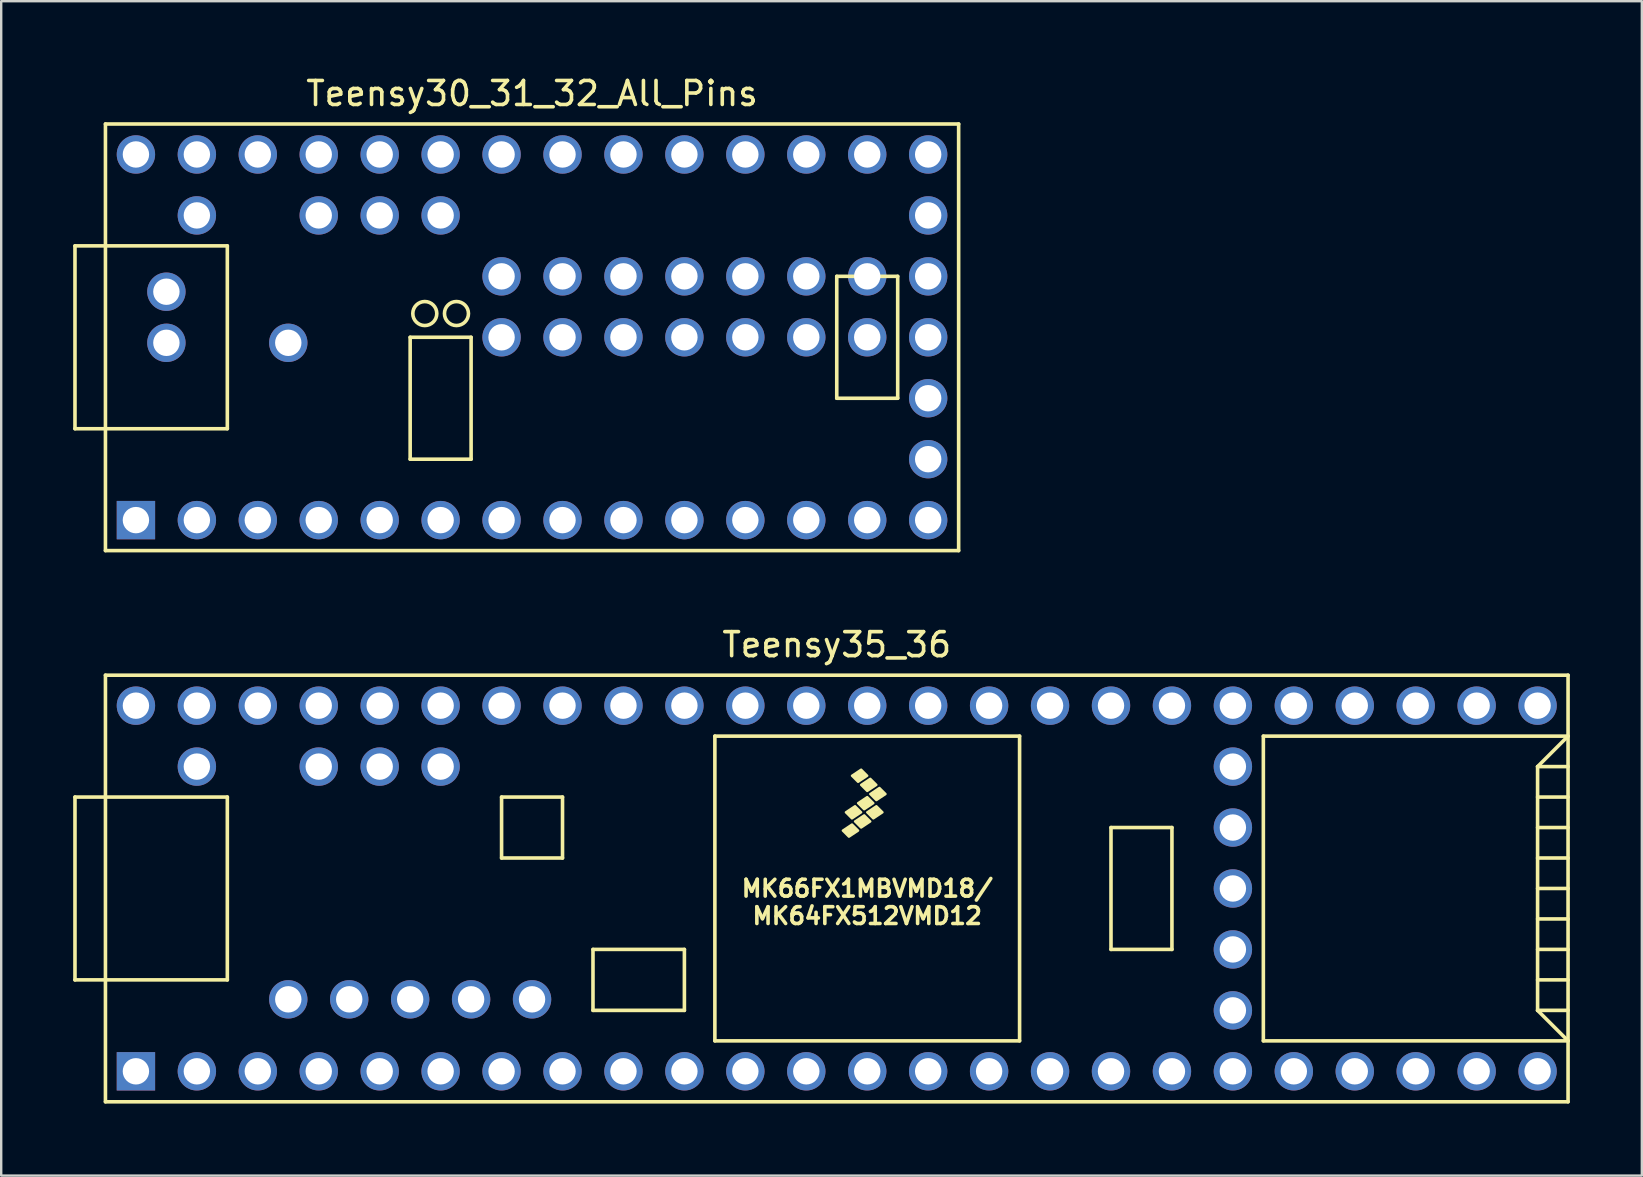
<source format=kicad_pcb>
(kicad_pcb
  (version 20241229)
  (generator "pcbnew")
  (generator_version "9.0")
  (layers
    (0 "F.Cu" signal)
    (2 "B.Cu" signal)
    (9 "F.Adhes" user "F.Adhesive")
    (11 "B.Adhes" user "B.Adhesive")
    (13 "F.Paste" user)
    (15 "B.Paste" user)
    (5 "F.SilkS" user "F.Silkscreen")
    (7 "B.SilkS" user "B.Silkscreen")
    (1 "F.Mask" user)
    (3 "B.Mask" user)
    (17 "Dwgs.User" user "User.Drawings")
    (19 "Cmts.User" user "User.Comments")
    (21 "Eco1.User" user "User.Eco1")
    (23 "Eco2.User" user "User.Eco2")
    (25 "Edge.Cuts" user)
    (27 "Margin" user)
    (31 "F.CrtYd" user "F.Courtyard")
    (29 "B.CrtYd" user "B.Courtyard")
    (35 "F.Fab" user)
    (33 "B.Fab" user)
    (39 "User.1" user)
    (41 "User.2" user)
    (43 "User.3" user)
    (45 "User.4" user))
  (footprint "Teensy35_36"
    (layer "F.Cu")
    (at 31.825 33.981)
    (property "Reference" "Teensy35_36" (at 0 -10.16 0) (layer "F.SilkS") (effects (font (size 1 1) (thickness 0.15))))
    (attr through_hole)
    (fp_line (start -31.75 -3.81) (end -30.48 -3.81) (stroke (width 0.15) (type solid)) (layer "F.SilkS"))
    (fp_line (start -31.75 3.81) (end -31.75 -3.81) (stroke (width 0.15) (type solid)) (layer "F.SilkS"))
    (fp_line (start -30.48 3.81) (end -31.75 3.81) (stroke (width 0.15) (type solid)) (layer "F.SilkS"))
    (fp_line (start -30.48 8.89) (end -30.48 -8.89) (stroke (width 0.15) (type solid)) (layer "F.SilkS"))
    (fp_line (start -30.48 8.89) (end 30.48 8.89) (stroke (width 0.15) (type solid)) (layer "F.SilkS"))
    (fp_line (start -25.4 -3.81) (end -30.48 -3.81) (stroke (width 0.15) (type solid)) (layer "F.SilkS"))
    (fp_line (start -25.4 3.81) (end -30.48 3.81) (stroke (width 0.15) (type solid)) (layer "F.SilkS"))
    (fp_line (start -25.4 3.81) (end -25.4 -3.81) (stroke (width 0.15) (type solid)) (layer "F.SilkS"))
    (fp_line (start -13.97 -3.81) (end -13.97 -1.27) (stroke (width 0.15) (type solid)) (layer "F.SilkS"))
    (fp_line (start -13.97 -1.27) (end -11.43 -1.27) (stroke (width 0.15) (type solid)) (layer "F.SilkS"))
    (fp_line (start -11.43 -3.81) (end -13.97 -3.81) (stroke (width 0.15) (type solid)) (layer "F.SilkS"))
    (fp_line (start -11.43 -1.27) (end -11.43 -3.81) (stroke (width 0.15) (type solid)) (layer "F.SilkS"))
    (fp_line (start -10.16 2.54) (end -6.35 2.54) (stroke (width 0.15) (type solid)) (layer "F.SilkS"))
    (fp_line (start -10.16 5.08) (end -10.16 2.54) (stroke (width 0.15) (type solid)) (layer "F.SilkS"))
    (fp_line (start -6.35 2.54) (end -6.35 5.08) (stroke (width 0.15) (type solid)) (layer "F.SilkS"))
    (fp_line (start -6.35 5.08) (end -10.16 5.08) (stroke (width 0.15) (type solid)) (layer "F.SilkS"))
    (fp_line (start -5.08 -6.35) (end -5.08 6.35) (stroke (width 0.15) (type solid)) (layer "F.SilkS"))
    (fp_line (start -5.08 -6.35) (end 7.62 -6.35) (stroke (width 0.15) (type solid)) (layer "F.SilkS"))
    (fp_line (start -5.08 6.35) (end 7.62 6.35) (stroke (width 0.15) (type solid)) (layer "F.SilkS"))
    (fp_line (start 7.62 6.35) (end 7.62 -6.35) (stroke (width 0.15) (type solid)) (layer "F.SilkS"))
    (fp_line (start 11.43 -2.54) (end 13.97 -2.54) (stroke (width 0.15) (type solid)) (layer "F.SilkS"))
    (fp_line (start 11.43 2.54) (end 11.43 -2.54) (stroke (width 0.15) (type solid)) (layer "F.SilkS"))
    (fp_line (start 13.97 -2.54) (end 13.97 2.54) (stroke (width 0.15) (type solid)) (layer "F.SilkS"))
    (fp_line (start 13.97 2.54) (end 11.43 2.54) (stroke (width 0.15) (type solid)) (layer "F.SilkS"))
    (fp_line (start 17.78 -6.35) (end 17.78 6.35) (stroke (width 0.15) (type solid)) (layer "F.SilkS"))
    (fp_line (start 17.78 6.35) (end 30.48 6.35) (stroke (width 0.15) (type solid)) (layer "F.SilkS"))
    (fp_line (start 29.21 -5.08) (end 30.48 -6.35) (stroke (width 0.15) (type solid)) (layer "F.SilkS"))
    (fp_line (start 29.21 -5.08) (end 30.48 -5.08) (stroke (width 0.15) (type solid)) (layer "F.SilkS"))
    (fp_line (start 29.21 -3.81) (end 30.48 -3.81) (stroke (width 0.15) (type solid)) (layer "F.SilkS"))
    (fp_line (start 29.21 -2.54) (end 30.48 -2.54) (stroke (width 0.15) (type solid)) (layer "F.SilkS"))
    (fp_line (start 29.21 -1.27) (end 30.48 -1.27) (stroke (width 0.15) (type solid)) (layer "F.SilkS"))
    (fp_line (start 29.21 0) (end 30.48 0) (stroke (width 0.15) (type solid)) (layer "F.SilkS"))
    (fp_line (start 29.21 1.27) (end 30.48 1.27) (stroke (width 0.15) (type solid)) (layer "F.SilkS"))
    (fp_line (start 29.21 2.54) (end 30.48 2.54) (stroke (width 0.15) (type solid)) (layer "F.SilkS"))
    (fp_line (start 29.21 3.81) (end 30.48 3.81) (stroke (width 0.15) (type solid)) (layer "F.SilkS"))
    (fp_line (start 29.21 5.08) (end 29.21 -5.08) (stroke (width 0.15) (type solid)) (layer "F.SilkS"))
    (fp_line (start 29.21 5.08) (end 30.48 5.08) (stroke (width 0.15) (type solid)) (layer "F.SilkS"))
    (fp_line (start 30.48 -8.89) (end -30.48 -8.89) (stroke (width 0.15) (type solid)) (layer "F.SilkS"))
    (fp_line (start 30.48 -8.89) (end 30.48 8.89) (stroke (width 0.15) (type solid)) (layer "F.SilkS"))
    (fp_line (start 30.48 -6.35) (end 17.78 -6.35) (stroke (width 0.15) (type solid)) (layer "F.SilkS"))
    (fp_line (start 30.48 6.35) (end 29.21 5.08) (stroke (width 0.15) (type solid)) (layer "F.SilkS"))
    (fp_poly (pts (xy 0.635 -2.667) (xy 0.889 -2.413) (xy 0.508 -2.159) (xy 0.254 -2.413)) (stroke (width 0.1) (type solid)) (fill yes) (layer "F.SilkS"))
    (fp_poly (pts (xy 0.762 -3.429) (xy 1.016 -3.175) (xy 0.635 -2.921) (xy 0.381 -3.175)) (stroke (width 0.1) (type solid)) (fill yes) (layer "F.SilkS"))
    (fp_poly (pts (xy 1.016 -4.953) (xy 1.27 -4.699) (xy 0.889 -4.445) (xy 0.635 -4.699)) (stroke (width 0.1) (type solid)) (fill yes) (layer "F.SilkS"))
    (fp_poly (pts (xy 1.143 -3.048) (xy 1.397 -2.794) (xy 1.016 -2.54) (xy 0.762 -2.794)) (stroke (width 0.1) (type solid)) (fill yes) (layer "F.SilkS"))
    (fp_poly (pts (xy 1.27 -3.81) (xy 1.524 -3.556) (xy 1.143 -3.302) (xy 0.889 -3.556)) (stroke (width 0.1) (type solid)) (fill yes) (layer "F.SilkS"))
    (fp_poly (pts (xy 1.397 -4.572) (xy 1.651 -4.318) (xy 1.27 -4.064) (xy 1.016 -4.318)) (stroke (width 0.1) (type solid)) (fill yes) (layer "F.SilkS"))
    (fp_poly (pts (xy 1.651 -3.429) (xy 1.905 -3.175) (xy 1.524 -2.921) (xy 1.27 -3.175)) (stroke (width 0.1) (type solid)) (fill yes) (layer "F.SilkS"))
    (fp_poly (pts (xy 1.778 -4.191) (xy 2.032 -3.937) (xy 1.651 -3.683) (xy 1.397 -3.937)) (stroke (width 0.1) (type solid)) (fill yes) (layer "F.SilkS"))
    (fp_text user "MK66FX1MBVMD18/" (at 1.27 0 0) (layer "F.SilkS") (effects (font (size 0.7 0.7) (thickness 0.15))))
    (fp_text user "MK64FX512VMD12" (at 1.27 1.143 0) (layer "F.SilkS") (effects (font (size 0.7 0.7) (thickness 0.15))))
    (pad "1" thru_hole rect (at -29.21 7.62) (size 1.6 1.6) (drill 1.1) (layers "*.Cu" "*.Mask"))
    (pad "2" thru_hole circle (at -26.67 7.62) (size 1.6 1.6) (drill 1.1) (layers "*.Cu" "*.Mask"))
    (pad "3" thru_hole circle (at -24.13 7.62) (size 1.6 1.6) (drill 1.1) (layers "*.Cu" "*.Mask"))
    (pad "4" thru_hole circle (at -21.59 7.62) (size 1.6 1.6) (drill 1.1) (layers "*.Cu" "*.Mask"))
    (pad "5" thru_hole circle (at -19.05 7.62) (size 1.6 1.6) (drill 1.1) (layers "*.Cu" "*.Mask"))
    (pad "6" thru_hole circle (at -16.51 7.62) (size 1.6 1.6) (drill 1.1) (layers "*.Cu" "*.Mask"))
    (pad "7" thru_hole circle (at -13.97 7.62) (size 1.6 1.6) (drill 1.1) (layers "*.Cu" "*.Mask"))
    (pad "8" thru_hole circle (at -11.43 7.62) (size 1.6 1.6) (drill 1.1) (layers "*.Cu" "*.Mask"))
    (pad "9" thru_hole circle (at -8.89 7.62) (size 1.6 1.6) (drill 1.1) (layers "*.Cu" "*.Mask"))
    (pad "10" thru_hole circle (at -6.35 7.62) (size 1.6 1.6) (drill 1.1) (layers "*.Cu" "*.Mask"))
    (pad "11" thru_hole circle (at -3.81 7.62) (size 1.6 1.6) (drill 1.1) (layers "*.Cu" "*.Mask"))
    (pad "12" thru_hole circle (at -1.27 7.62) (size 1.6 1.6) (drill 1.1) (layers "*.Cu" "*.Mask"))
    (pad "13" thru_hole circle (at 1.27 7.62) (size 1.6 1.6) (drill 1.1) (layers "*.Cu" "*.Mask"))
    (pad "14" thru_hole circle (at 3.81 7.62) (size 1.6 1.6) (drill 1.1) (layers "*.Cu" "*.Mask"))
    (pad "15" thru_hole circle (at 6.35 7.62) (size 1.6 1.6) (drill 1.1) (layers "*.Cu" "*.Mask"))
    (pad "16" thru_hole circle (at 8.89 7.62) (size 1.6 1.6) (drill 1.1) (layers "*.Cu" "*.Mask"))
    (pad "17" thru_hole circle (at 11.43 7.62) (size 1.6 1.6) (drill 1.1) (layers "*.Cu" "*.Mask"))
    (pad "18" thru_hole circle (at 13.97 7.62) (size 1.6 1.6) (drill 1.1) (layers "*.Cu" "*.Mask"))
    (pad "19" thru_hole circle (at 16.51 7.62) (size 1.6 1.6) (drill 1.1) (layers "*.Cu" "*.Mask"))
    (pad "20" thru_hole circle (at 19.05 7.62) (size 1.6 1.6) (drill 1.1) (layers "*.Cu" "*.Mask"))
    (pad "21" thru_hole circle (at 21.59 7.62) (size 1.6 1.6) (drill 1.1) (layers "*.Cu" "*.Mask"))
    (pad "22" thru_hole circle (at 24.13 7.62) (size 1.6 1.6) (drill 1.1) (layers "*.Cu" "*.Mask"))
    (pad "23" thru_hole circle (at 26.67 7.62) (size 1.6 1.6) (drill 1.1) (layers "*.Cu" "*.Mask"))
    (pad "24" thru_hole circle (at 29.21 7.62) (size 1.6 1.6) (drill 1.1) (layers "*.Cu" "*.Mask"))
    (pad "25" thru_hole circle (at 16.51 5.08) (size 1.6 1.6) (drill 1.1) (layers "*.Cu" "*.Mask"))
    (pad "26" thru_hole circle (at 16.51 2.54) (size 1.6 1.6) (drill 1.1) (layers "*.Cu" "*.Mask"))
    (pad "27" thru_hole circle (at 16.51 0) (size 1.6 1.6) (drill 1.1) (layers "*.Cu" "*.Mask"))
    (pad "28" thru_hole circle (at 16.51 -2.54) (size 1.6 1.6) (drill 1.1) (layers "*.Cu" "*.Mask"))
    (pad "29" thru_hole circle (at 16.51 -5.08) (size 1.6 1.6) (drill 1.1) (layers "*.Cu" "*.Mask"))
    (pad "30" thru_hole circle (at 29.21 -7.62) (size 1.6 1.6) (drill 1.1) (layers "*.Cu" "*.Mask"))
    (pad "31" thru_hole circle (at 26.67 -7.62) (size 1.6 1.6) (drill 1.1) (layers "*.Cu" "*.Mask"))
    (pad "32" thru_hole circle (at 24.13 -7.62) (size 1.6 1.6) (drill 1.1) (layers "*.Cu" "*.Mask"))
    (pad "33" thru_hole circle (at 21.59 -7.62) (size 1.6 1.6) (drill 1.1) (layers "*.Cu" "*.Mask"))
    (pad "34" thru_hole circle (at 19.05 -7.62) (size 1.6 1.6) (drill 1.1) (layers "*.Cu" "*.Mask"))
    (pad "35" thru_hole circle (at 16.51 -7.62) (size 1.6 1.6) (drill 1.1) (layers "*.Cu" "*.Mask"))
    (pad "36" thru_hole circle (at 13.97 -7.62) (size 1.6 1.6) (drill 1.1) (layers "*.Cu" "*.Mask"))
    (pad "37" thru_hole circle (at 11.43 -7.62) (size 1.6 1.6) (drill 1.1) (layers "*.Cu" "*.Mask"))
    (pad "38" thru_hole circle (at 8.89 -7.62) (size 1.6 1.6) (drill 1.1) (layers "*.Cu" "*.Mask"))
    (pad "39" thru_hole circle (at 6.35 -7.62) (size 1.6 1.6) (drill 1.1) (layers "*.Cu" "*.Mask"))
    (pad "40" thru_hole circle (at 3.81 -7.62) (size 1.6 1.6) (drill 1.1) (layers "*.Cu" "*.Mask"))
    (pad "41" thru_hole circle (at 1.27 -7.62) (size 1.6 1.6) (drill 1.1) (layers "*.Cu" "*.Mask"))
    (pad "42" thru_hole circle (at -1.27 -7.62) (size 1.6 1.6) (drill 1.1) (layers "*.Cu" "*.Mask"))
    (pad "43" thru_hole circle (at -3.81 -7.62) (size 1.6 1.6) (drill 1.1) (layers "*.Cu" "*.Mask"))
    (pad "44" thru_hole circle (at -6.35 -7.62) (size 1.6 1.6) (drill 1.1) (layers "*.Cu" "*.Mask"))
    (pad "45" thru_hole circle (at -8.89 -7.62) (size 1.6 1.6) (drill 1.1) (layers "*.Cu" "*.Mask"))
    (pad "46" thru_hole circle (at -11.43 -7.62) (size 1.6 1.6) (drill 1.1) (layers "*.Cu" "*.Mask"))
    (pad "47" thru_hole circle (at -13.97 -7.62) (size 1.6 1.6) (drill 1.1) (layers "*.Cu" "*.Mask"))
    (pad "48" thru_hole circle (at -16.51 -7.62) (size 1.6 1.6) (drill 1.1) (layers "*.Cu" "*.Mask"))
    (pad "49" thru_hole circle (at -19.05 -7.62) (size 1.6 1.6) (drill 1.1) (layers "*.Cu" "*.Mask"))
    (pad "50" thru_hole circle (at -21.59 -7.62) (size 1.6 1.6) (drill 1.1) (layers "*.Cu" "*.Mask"))
    (pad "51" thru_hole circle (at -24.13 -7.62) (size 1.6 1.6) (drill 1.1) (layers "*.Cu" "*.Mask"))
    (pad "52" thru_hole circle (at -26.67 -7.62) (size 1.6 1.6) (drill 1.1) (layers "*.Cu" "*.Mask"))
    (pad "53" thru_hole circle (at -29.21 -7.62) (size 1.6 1.6) (drill 1.1) (layers "*.Cu" "*.Mask"))
    (pad "54" thru_hole circle (at -26.67 -5.08) (size 1.6 1.6) (drill 1.1) (layers "*.Cu" "*.Mask"))
    (pad "55" thru_hole circle (at -21.59 -5.08) (size 1.6 1.6) (drill 1.1) (layers "*.Cu" "*.Mask"))
    (pad "56" thru_hole circle (at -19.05 -5.08) (size 1.6 1.6) (drill 1.1) (layers "*.Cu" "*.Mask"))
    (pad "57" thru_hole circle (at -16.51 -5.08) (size 1.6 1.6) (drill 1.1) (layers "*.Cu" "*.Mask"))
    (pad "58" thru_hole circle (at -22.86 4.62) (size 1.6 1.6) (drill 1.1) (layers "*.Cu" "*.Mask"))
    (pad "59" thru_hole circle (at -20.32 4.62) (size 1.6 1.6) (drill 1.1) (layers "*.Cu" "*.Mask"))
    (pad "60" thru_hole circle (at -17.78 4.62) (size 1.6 1.6) (drill 1.1) (layers "*.Cu" "*.Mask"))
    (pad "61" thru_hole circle (at -15.24 4.62) (size 1.6 1.6) (drill 1.1) (layers "*.Cu" "*.Mask"))
    (pad "62" thru_hole circle (at -12.7 4.62) (size 1.6 1.6) (drill 1.1) (layers "*.Cu" "*.Mask")))
  (footprint "Teensy30_31_32_All_Pins"
    (layer "F.Cu")
    (at 19.125 11.008)
    (property "Reference" "Teensy30_31_32_All_Pins" (at 0 -10.16 0) (layer "F.SilkS") (effects (font (size 1 1) (thickness 0.15))))
    (attr through_hole)
    (fp_line (start -19.05 -3.81) (end -17.78 -3.81) (stroke (width 0.15) (type solid)) (layer "F.SilkS"))
    (fp_line (start -19.05 3.81) (end -19.05 -3.81) (stroke (width 0.15) (type solid)) (layer "F.SilkS"))
    (fp_line (start -17.78 -8.89) (end 17.78 -8.89) (stroke (width 0.15) (type solid)) (layer "F.SilkS"))
    (fp_line (start -17.78 3.81) (end -19.05 3.81) (stroke (width 0.15) (type solid)) (layer "F.SilkS"))
    (fp_line (start -17.78 8.89) (end -17.78 -8.89) (stroke (width 0.15) (type solid)) (layer "F.SilkS"))
    (fp_line (start -12.7 -3.81) (end -17.78 -3.81) (stroke (width 0.15) (type solid)) (layer "F.SilkS"))
    (fp_line (start -12.7 3.81) (end -17.78 3.81) (stroke (width 0.15) (type solid)) (layer "F.SilkS"))
    (fp_line (start -12.7 3.81) (end -12.7 -3.81) (stroke (width 0.15) (type solid)) (layer "F.SilkS"))
    (fp_line (start -5.08 0) (end -2.54 0) (stroke (width 0.15) (type solid)) (layer "F.SilkS"))
    (fp_line (start -5.08 5.08) (end -5.08 0) (stroke (width 0.15) (type solid)) (layer "F.SilkS"))
    (fp_line (start -2.54 0) (end -2.54 5.08) (stroke (width 0.15) (type solid)) (layer "F.SilkS"))
    (fp_line (start -2.54 5.08) (end -5.08 5.08) (stroke (width 0.15) (type solid)) (layer "F.SilkS"))
    (fp_line (start 12.7 -2.54) (end 15.24 -2.54) (stroke (width 0.15) (type solid)) (layer "F.SilkS"))
    (fp_line (start 12.7 2.54) (end 12.7 -2.54) (stroke (width 0.15) (type solid)) (layer "F.SilkS"))
    (fp_line (start 15.24 -2.54) (end 15.24 2.54) (stroke (width 0.15) (type solid)) (layer "F.SilkS"))
    (fp_line (start 15.24 2.54) (end 12.7 2.54) (stroke (width 0.15) (type solid)) (layer "F.SilkS"))
    (fp_line (start 17.78 -8.89) (end 17.78 8.89) (stroke (width 0.15) (type solid)) (layer "F.SilkS"))
    (fp_line (start 17.78 8.89) (end -17.78 8.89) (stroke (width 0.15) (type solid)) (layer "F.SilkS"))
    (fp_circle (center -4.47 -0.99) (end -3.97 -0.99) (stroke (width 0.15) (type solid)) (fill no) (layer "F.SilkS"))
    (fp_circle (center -3.15 -0.99) (end -2.65 -0.99) (stroke (width 0.15) (type solid)) (fill no) (layer "F.SilkS"))
    (pad "1" thru_hole rect (at -16.51 7.62) (size 1.6 1.6) (drill 1.1) (layers "*.Cu" "*.Mask"))
    (pad "2" thru_hole circle (at -13.97 7.62) (size 1.6 1.6) (drill 1.1) (layers "*.Cu" "*.Mask"))
    (pad "3" thru_hole circle (at -11.43 7.62) (size 1.6 1.6) (drill 1.1) (layers "*.Cu" "*.Mask"))
    (pad "4" thru_hole circle (at -8.89 7.62) (size 1.6 1.6) (drill 1.1) (layers "*.Cu" "*.Mask"))
    (pad "5" thru_hole circle (at -6.35 7.62) (size 1.6 1.6) (drill 1.1) (layers "*.Cu" "*.Mask"))
    (pad "6" thru_hole circle (at -3.81 7.62) (size 1.6 1.6) (drill 1.1) (layers "*.Cu" "*.Mask"))
    (pad "7" thru_hole circle (at -1.27 7.62) (size 1.6 1.6) (drill 1.1) (layers "*.Cu" "*.Mask"))
    (pad "8" thru_hole circle (at 1.27 7.62) (size 1.6 1.6) (drill 1.1) (layers "*.Cu" "*.Mask"))
    (pad "9" thru_hole circle (at 3.81 7.62) (size 1.6 1.6) (drill 1.1) (layers "*.Cu" "*.Mask"))
    (pad "10" thru_hole circle (at 6.35 7.62) (size 1.6 1.6) (drill 1.1) (layers "*.Cu" "*.Mask"))
    (pad "11" thru_hole circle (at 8.89 7.62) (size 1.6 1.6) (drill 1.1) (layers "*.Cu" "*.Mask"))
    (pad "12" thru_hole circle (at 11.43 7.62) (size 1.6 1.6) (drill 1.1) (layers "*.Cu" "*.Mask"))
    (pad "13" thru_hole circle (at 13.97 7.62) (size 1.6 1.6) (drill 1.1) (layers "*.Cu" "*.Mask"))
    (pad "14" thru_hole circle (at 16.51 7.62) (size 1.6 1.6) (drill 1.1) (layers "*.Cu" "*.Mask"))
    (pad "15" thru_hole circle (at 16.51 5.08) (size 1.6 1.6) (drill 1.1) (layers "*.Cu" "*.Mask"))
    (pad "16" thru_hole circle (at 16.51 2.54) (size 1.6 1.6) (drill 1.1) (layers "*.Cu" "*.Mask"))
    (pad "17" thru_hole circle (at 16.51 0) (size 1.6 1.6) (drill 1.1) (layers "*.Cu" "*.Mask"))
    (pad "18" thru_hole circle (at 16.51 -2.54) (size 1.6 1.6) (drill 1.1) (layers "*.Cu" "*.Mask"))
    (pad "19" thru_hole circle (at 16.51 -5.08) (size 1.6 1.6) (drill 1.1) (layers "*.Cu" "*.Mask"))
    (pad "20" thru_hole circle (at 16.51 -7.62) (size 1.6 1.6) (drill 1.1) (layers "*.Cu" "*.Mask"))
    (pad "21" thru_hole circle (at 13.97 -7.62) (size 1.6 1.6) (drill 1.1) (layers "*.Cu" "*.Mask"))
    (pad "22" thru_hole circle (at 11.43 -7.62) (size 1.6 1.6) (drill 1.1) (layers "*.Cu" "*.Mask"))
    (pad "23" thru_hole circle (at 8.89 -7.62) (size 1.6 1.6) (drill 1.1) (layers "*.Cu" "*.Mask"))
    (pad "24" thru_hole circle (at 6.35 -7.62) (size 1.6 1.6) (drill 1.1) (layers "*.Cu" "*.Mask"))
    (pad "25" thru_hole circle (at 3.81 -7.62) (size 1.6 1.6) (drill 1.1) (layers "*.Cu" "*.Mask"))
    (pad "26" thru_hole circle (at 1.27 -7.62) (size 1.6 1.6) (drill 1.1) (layers "*.Cu" "*.Mask"))
    (pad "27" thru_hole circle (at -1.27 -7.62) (size 1.6 1.6) (drill 1.1) (layers "*.Cu" "*.Mask"))
    (pad "28" thru_hole circle (at -3.81 -7.62) (size 1.6 1.6) (drill 1.1) (layers "*.Cu" "*.Mask"))
    (pad "29" thru_hole circle (at -6.35 -7.62) (size 1.6 1.6) (drill 1.1) (layers "*.Cu" "*.Mask"))
    (pad "30" thru_hole circle (at -8.89 -7.62) (size 1.6 1.6) (drill 1.1) (layers "*.Cu" "*.Mask"))
    (pad "31" thru_hole circle (at -11.43 -7.62) (size 1.6 1.6) (drill 1.1) (layers "*.Cu" "*.Mask"))
    (pad "32" thru_hole circle (at -13.97 -7.62) (size 1.6 1.6) (drill 1.1) (layers "*.Cu" "*.Mask"))
    (pad "33" thru_hole circle (at -16.51 -7.62) (size 1.6 1.6) (drill 1.1) (layers "*.Cu" "*.Mask"))
    (pad "34" thru_hole circle (at -13.97 -5.08) (size 1.6 1.6) (drill 1.1) (layers "*.Cu" "*.Mask"))
    (pad "35" thru_hole circle (at -8.89 -5.08) (size 1.6 1.6) (drill 1.1) (layers "*.Cu" "*.Mask"))
    (pad "36" thru_hole circle (at -6.35 -5.08) (size 1.6 1.6) (drill 1.1) (layers "*.Cu" "*.Mask"))
    (pad "37" thru_hole circle (at -3.81 -5.08) (size 1.6 1.6) (drill 1.1) (layers "*.Cu" "*.Mask"))
    (pad "38" thru_hole circle (at -10.16 0.23) (size 1.6 1.6) (drill 1.1) (layers "*.Cu" "*.Mask"))
    (pad "39" thru_hole circle (at -15.24 0.23) (size 1.6 1.6) (drill 1.1) (layers "*.Cu" "*.Mask"))
    (pad "40" thru_hole circle (at -15.24 -1.9) (size 1.6 1.6) (drill 1.1) (layers "*.Cu" "*.Mask"))
    (pad "41" thru_hole circle (at -1.27 -2.54) (size 1.6 1.6) (drill 1.1) (layers "*.Cu" "*.Mask"))
    (pad "42" thru_hole circle (at 1.27 -2.54) (size 1.6 1.6) (drill 1.1) (layers "*.Cu" "*.Mask"))
    (pad "43" thru_hole circle (at 3.81 -2.54) (size 1.6 1.6) (drill 1.1) (layers "*.Cu" "*.Mask"))
    (pad "44" thru_hole circle (at 6.35 -2.54 90) (size 1.6 1.6) (drill 1.1) (layers "*.Cu" "*.Mask"))
    (pad "45" thru_hole circle (at 8.89 -2.54) (size 1.6 1.6) (drill 1.1) (layers "*.Cu" "*.Mask"))
    (pad "46" thru_hole circle (at 11.43 -2.54) (size 1.6 1.6) (drill 1.1) (layers "*.Cu" "*.Mask"))
    (pad "47" thru_hole circle (at 13.97 -2.54) (size 1.6 1.6) (drill 1.1) (layers "*.Cu" "*.Mask"))
    (pad "48" thru_hole circle (at 13.97 0) (size 1.6 1.6) (drill 1.1) (layers "*.Cu" "*.Mask"))
    (pad "49" thru_hole circle (at 11.43 0) (size 1.6 1.6) (drill 1.1) (layers "*.Cu" "*.Mask"))
    (pad "50" thru_hole circle (at 8.89 0) (size 1.6 1.6) (drill 1.1) (layers "*.Cu" "*.Mask"))
    (pad "51" thru_hole circle (at 6.35 0) (size 1.6 1.6) (drill 1.1) (layers "*.Cu" "*.Mask"))
    (pad "52" thru_hole circle (at 3.81 0) (size 1.6 1.6) (drill 1.1) (layers "*.Cu" "*.Mask"))
    (pad "53" thru_hole circle (at 1.27 0) (size 1.6 1.6) (drill 1.1) (layers "*.Cu" "*.Mask"))
    (pad "54" thru_hole circle (at -1.27 0) (size 1.6 1.6) (drill 1.1) (layers "*.Cu" "*.Mask")))
  (gr_rect
    (start -3 -3)
    (end 65.38 45.947)
    (stroke (width 0.1) (type default))
    (fill no)
    (layer "Edge.Cuts")))
</source>
